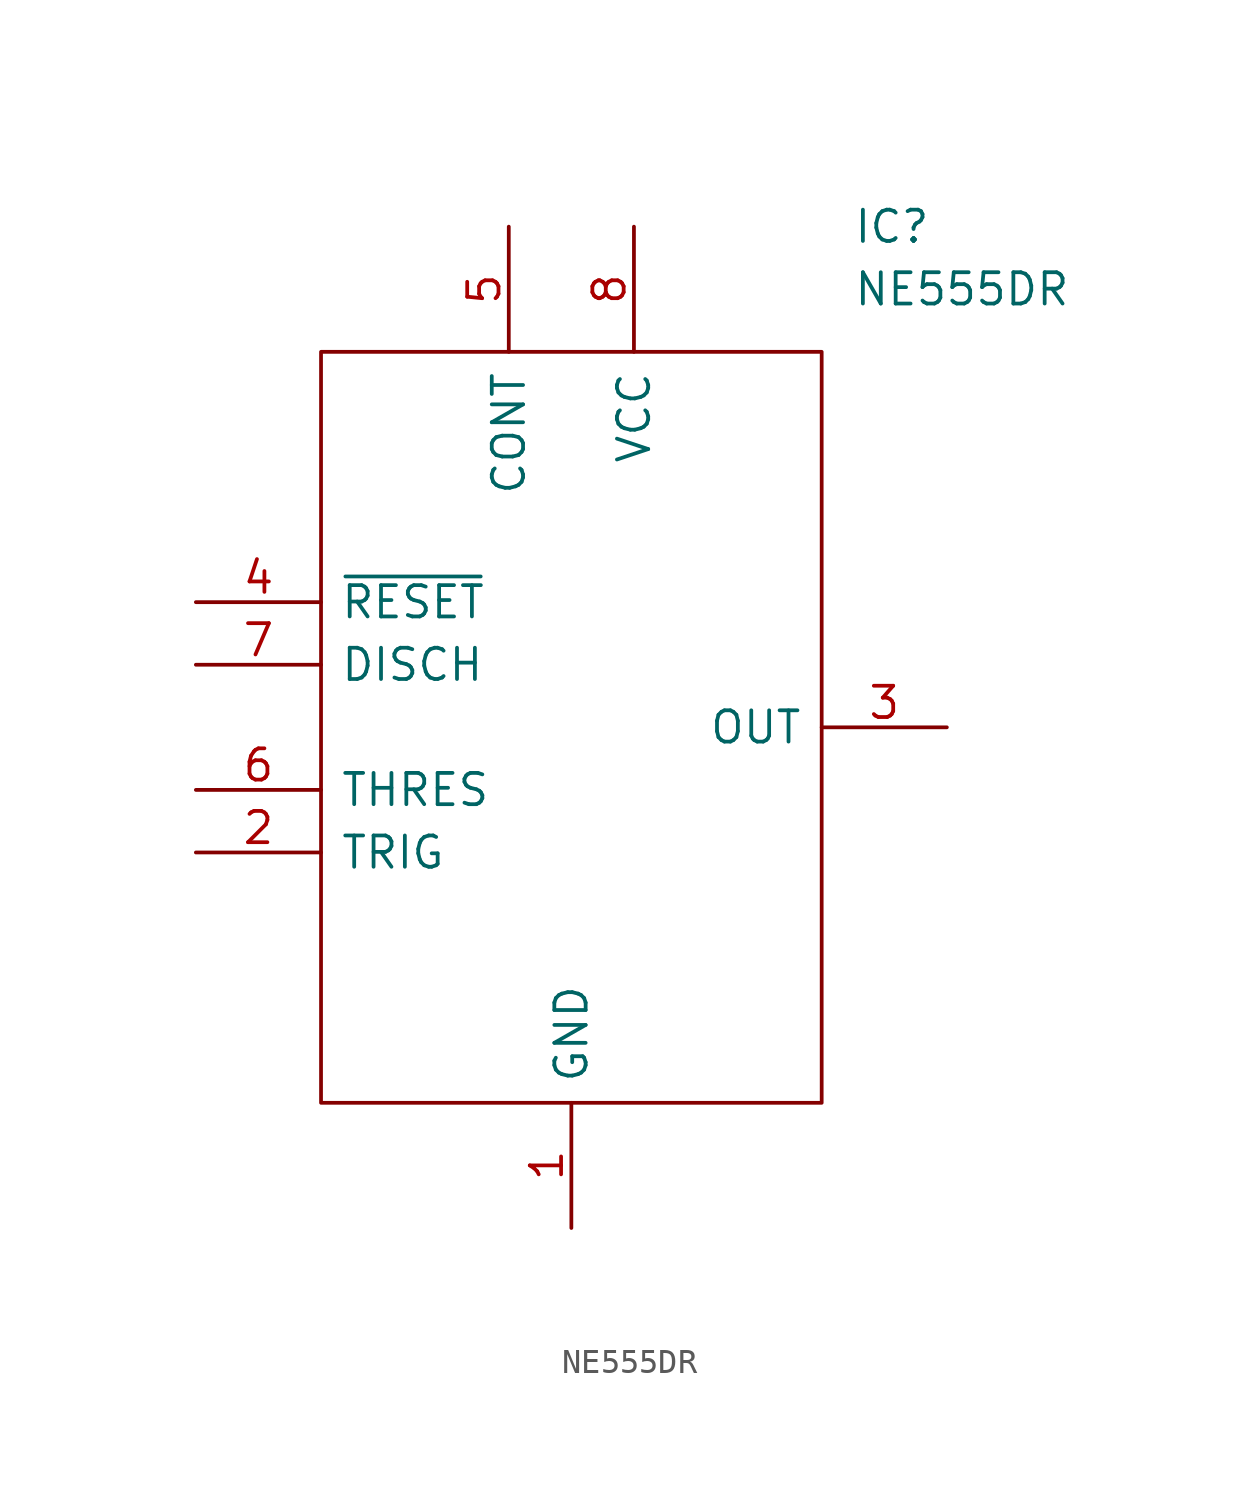
<source format=kicad_sym>
(kicad_symbol_lib
  (version 20210619)
  (generator kicad_symbol_editor)
  (symbol "SamacSys_Parts:NE555DR"
    (pin_names
      (offset 0.762))
    (property "Reference" "IC"
      (at 26.67 15.24 0)
      (effects (font (size 1.27 1.27)) (justify left)))
    (property "Value" "NE555DR"
      (at 26.67 12.7 0)
      (effects (font (size 1.27 1.27)) (justify left)))
    (symbol "NE555DR_0_0"
      (pin bidirectional line (at 15.24 -25.4 90) (length 5.08) (name "GND" (effects (font (size 1.27 1.27)))) (number "1" (effects (font (size 1.27 1.27)))))
      (pin bidirectional line (at 0 -10.16 0) (length 5.08) (name "TRIG" (effects (font (size 1.27 1.27)))) (number "2" (effects (font (size 1.27 1.27)))))
      (pin bidirectional line (at 30.48 -5.08 180) (length 5.08) (name "OUT" (effects (font (size 1.27 1.27)))) (number "3" (effects (font (size 1.27 1.27)))))
      (pin bidirectional line (at 0 0 0) (length 5.08) (name "~{RESET}" (effects (font (size 1.27 1.27)))) (number "4" (effects (font (size 1.27 1.27)))))
      (pin bidirectional line (at 12.7 15.24 270) (length 5.08) (name "CONT" (effects (font (size 1.27 1.27)))) (number "5" (effects (font (size 1.27 1.27)))))
      (pin bidirectional line (at 0 -7.62 0) (length 5.08) (name "THRES" (effects (font (size 1.27 1.27)))) (number "6" (effects (font (size 1.27 1.27)))))
      (pin bidirectional line (at 0 -2.54 0) (length 5.08) (name "DISCH" (effects (font (size 1.27 1.27)))) (number "7" (effects (font (size 1.27 1.27)))))
      (pin bidirectional line (at 17.78 15.24 270) (length 5.08) (name "VCC" (effects (font (size 1.27 1.27)))) (number "8" (effects (font (size 1.27 1.27))))))
    (symbol "NE555DR_0_1"
      (polyline (pts (xy 5.08 10.16) (xy 25.4 10.16) (xy 25.4 -20.32) (xy 5.08 -20.32) (xy 5.08 10.16)) (stroke (width 0.152)) (fill (type none))))))
</source>
